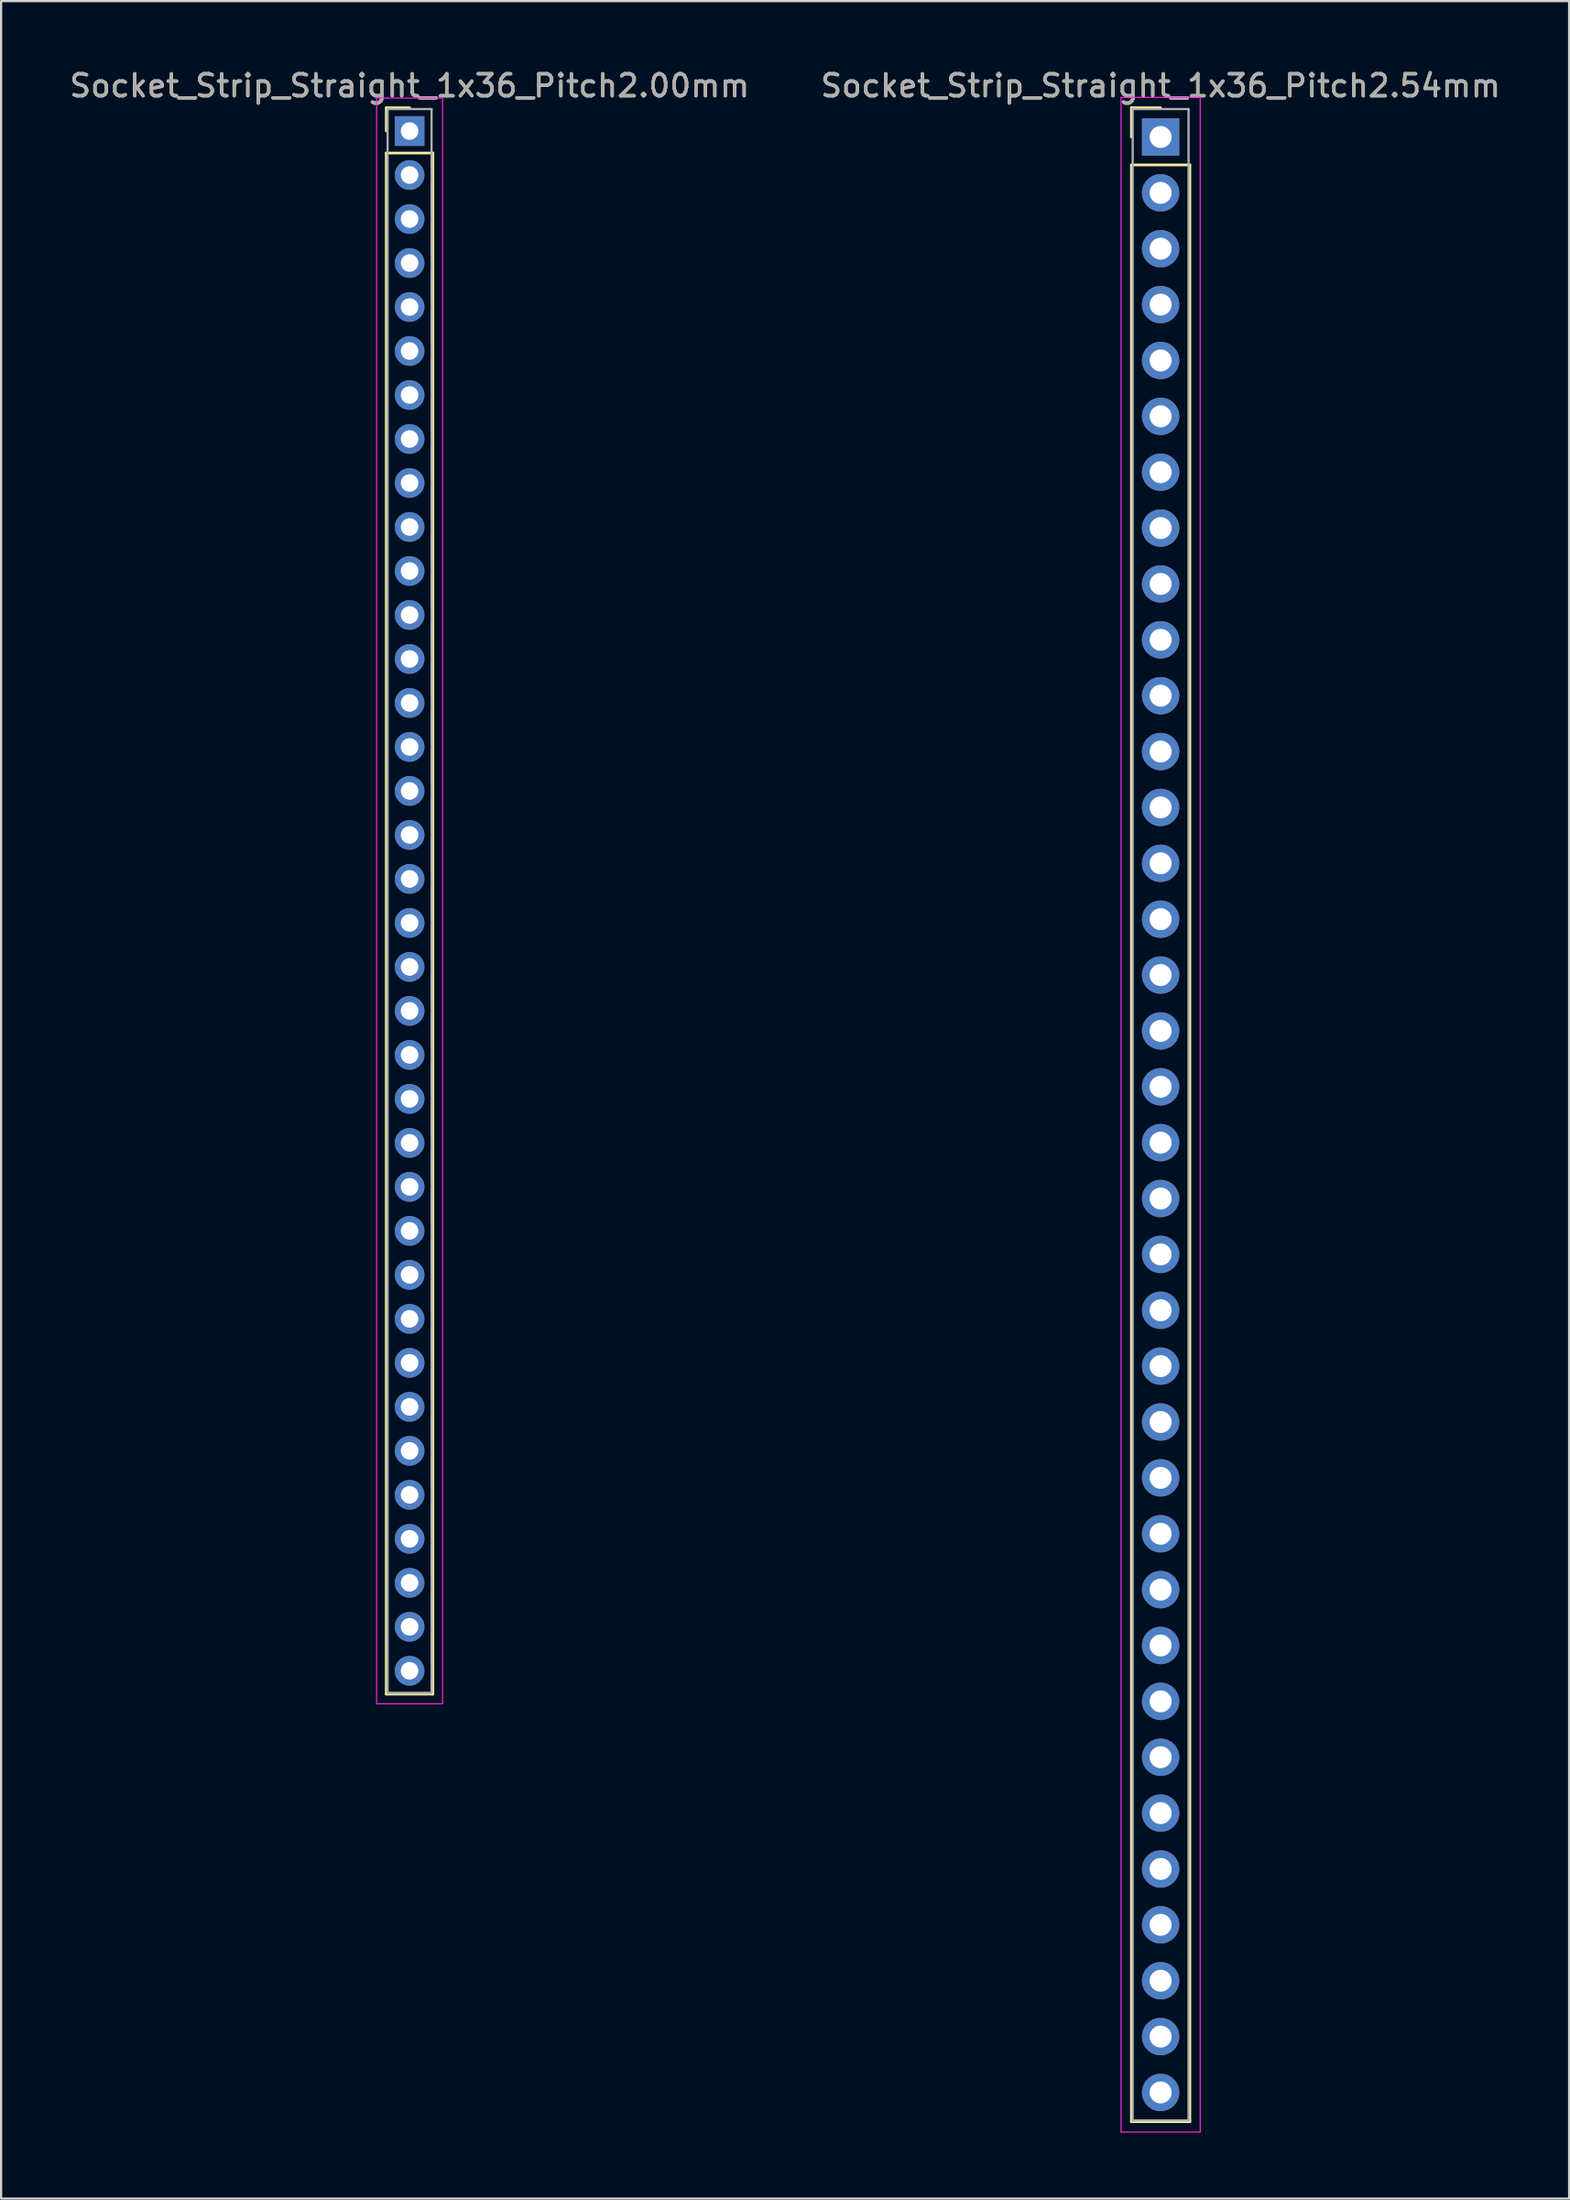
<source format=kicad_pcb>
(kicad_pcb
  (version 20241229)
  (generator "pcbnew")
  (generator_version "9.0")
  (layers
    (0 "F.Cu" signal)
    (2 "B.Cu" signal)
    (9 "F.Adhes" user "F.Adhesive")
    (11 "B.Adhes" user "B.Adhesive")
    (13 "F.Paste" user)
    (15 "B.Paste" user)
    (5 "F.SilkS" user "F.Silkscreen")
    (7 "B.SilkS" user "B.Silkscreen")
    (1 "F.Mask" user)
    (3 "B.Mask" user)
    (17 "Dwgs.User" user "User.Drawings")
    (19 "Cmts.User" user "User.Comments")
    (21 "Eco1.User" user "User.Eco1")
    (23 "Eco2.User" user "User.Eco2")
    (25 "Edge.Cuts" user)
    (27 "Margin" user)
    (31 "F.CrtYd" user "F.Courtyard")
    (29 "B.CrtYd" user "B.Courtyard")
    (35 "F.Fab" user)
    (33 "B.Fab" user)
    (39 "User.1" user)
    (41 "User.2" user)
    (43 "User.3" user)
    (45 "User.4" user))
  (footprint "Socket_Strip_Straight_1x36_Pitch2.54mm"
    (layer "F.Cu")
    (at 49.732 3.178)
    (property "Reference" "Socket_Strip_Straight_1x36_Pitch2.54mm" (at 0 -2.33 0) (layer "F.SilkS") (effects (font (size 1 1) (thickness 0.15))))
    (attr through_hole)
    (fp_line (start -1.33 -1.33) (end 0 -1.33) (stroke (width 0.12) (type solid)) (layer "F.SilkS"))
    (fp_line (start -1.33 0) (end -1.33 -1.33) (stroke (width 0.12) (type solid)) (layer "F.SilkS"))
    (fp_line (start -1.33 1.27) (end -1.33 90.23) (stroke (width 0.12) (type solid)) (layer "F.SilkS"))
    (fp_line (start -1.33 90.23) (end 1.33 90.23) (stroke (width 0.12) (type solid)) (layer "F.SilkS"))
    (fp_line (start 1.33 1.27) (end -1.33 1.27) (stroke (width 0.12) (type solid)) (layer "F.SilkS"))
    (fp_line (start 1.33 90.23) (end 1.33 1.27) (stroke (width 0.12) (type solid)) (layer "F.SilkS"))
    (fp_line (start -1.8 -1.8) (end -1.8 90.7) (stroke (width 0.05) (type solid)) (layer "F.CrtYd"))
    (fp_line (start -1.8 90.7) (end 1.8 90.7) (stroke (width 0.05) (type solid)) (layer "F.CrtYd"))
    (fp_line (start 1.8 -1.8) (end -1.8 -1.8) (stroke (width 0.05) (type solid)) (layer "F.CrtYd"))
    (fp_line (start 1.8 90.7) (end 1.8 -1.8) (stroke (width 0.05) (type solid)) (layer "F.CrtYd"))
    (fp_line (start -1.27 -1.27) (end -1.27 90.17) (stroke (width 0.1) (type solid)) (layer "F.Fab"))
    (fp_line (start -1.27 90.17) (end 1.27 90.17) (stroke (width 0.1) (type solid)) (layer "F.Fab"))
    (fp_line (start 1.27 -1.27) (end -1.27 -1.27) (stroke (width 0.1) (type solid)) (layer "F.Fab"))
    (fp_line (start 1.27 90.17) (end 1.27 -1.27) (stroke (width 0.1) (type solid)) (layer "F.Fab"))
    (fp_text user "${REFERENCE}" (at 0 -2.33 0) (layer "F.Fab") (effects (font (size 1 1) (thickness 0.15))))
    (pad "1" thru_hole rect (at 0 0) (size 1.7 1.7) (drill 1) (layers "*.Cu" "*.Mask"))
    (pad "2" thru_hole oval (at 0 2.54) (size 1.7 1.7) (drill 1) (layers "*.Cu" "*.Mask"))
    (pad "3" thru_hole oval (at 0 5.08) (size 1.7 1.7) (drill 1) (layers "*.Cu" "*.Mask"))
    (pad "4" thru_hole oval (at 0 7.62) (size 1.7 1.7) (drill 1) (layers "*.Cu" "*.Mask"))
    (pad "5" thru_hole oval (at 0 10.16) (size 1.7 1.7) (drill 1) (layers "*.Cu" "*.Mask"))
    (pad "6" thru_hole oval (at 0 12.7) (size 1.7 1.7) (drill 1) (layers "*.Cu" "*.Mask"))
    (pad "7" thru_hole oval (at 0 15.24) (size 1.7 1.7) (drill 1) (layers "*.Cu" "*.Mask"))
    (pad "8" thru_hole oval (at 0 17.78) (size 1.7 1.7) (drill 1) (layers "*.Cu" "*.Mask"))
    (pad "9" thru_hole oval (at 0 20.32) (size 1.7 1.7) (drill 1) (layers "*.Cu" "*.Mask"))
    (pad "10" thru_hole oval (at 0 22.86) (size 1.7 1.7) (drill 1) (layers "*.Cu" "*.Mask"))
    (pad "11" thru_hole oval (at 0 25.4) (size 1.7 1.7) (drill 1) (layers "*.Cu" "*.Mask"))
    (pad "12" thru_hole oval (at 0 27.94) (size 1.7 1.7) (drill 1) (layers "*.Cu" "*.Mask"))
    (pad "13" thru_hole oval (at 0 30.48) (size 1.7 1.7) (drill 1) (layers "*.Cu" "*.Mask"))
    (pad "14" thru_hole oval (at 0 33.02) (size 1.7 1.7) (drill 1) (layers "*.Cu" "*.Mask"))
    (pad "15" thru_hole oval (at 0 35.56) (size 1.7 1.7) (drill 1) (layers "*.Cu" "*.Mask"))
    (pad "16" thru_hole oval (at 0 38.1) (size 1.7 1.7) (drill 1) (layers "*.Cu" "*.Mask"))
    (pad "17" thru_hole oval (at 0 40.64) (size 1.7 1.7) (drill 1) (layers "*.Cu" "*.Mask"))
    (pad "18" thru_hole oval (at 0 43.18) (size 1.7 1.7) (drill 1) (layers "*.Cu" "*.Mask"))
    (pad "19" thru_hole oval (at 0 45.72) (size 1.7 1.7) (drill 1) (layers "*.Cu" "*.Mask"))
    (pad "20" thru_hole oval (at 0 48.26) (size 1.7 1.7) (drill 1) (layers "*.Cu" "*.Mask"))
    (pad "21" thru_hole oval (at 0 50.8) (size 1.7 1.7) (drill 1) (layers "*.Cu" "*.Mask"))
    (pad "22" thru_hole oval (at 0 53.34) (size 1.7 1.7) (drill 1) (layers "*.Cu" "*.Mask"))
    (pad "23" thru_hole oval (at 0 55.88) (size 1.7 1.7) (drill 1) (layers "*.Cu" "*.Mask"))
    (pad "24" thru_hole oval (at 0 58.42) (size 1.7 1.7) (drill 1) (layers "*.Cu" "*.Mask"))
    (pad "25" thru_hole oval (at 0 60.96) (size 1.7 1.7) (drill 1) (layers "*.Cu" "*.Mask"))
    (pad "26" thru_hole oval (at 0 63.5) (size 1.7 1.7) (drill 1) (layers "*.Cu" "*.Mask"))
    (pad "27" thru_hole oval (at 0 66.04) (size 1.7 1.7) (drill 1) (layers "*.Cu" "*.Mask"))
    (pad "28" thru_hole oval (at 0 68.58) (size 1.7 1.7) (drill 1) (layers "*.Cu" "*.Mask"))
    (pad "29" thru_hole oval (at 0 71.12) (size 1.7 1.7) (drill 1) (layers "*.Cu" "*.Mask"))
    (pad "30" thru_hole oval (at 0 73.66) (size 1.7 1.7) (drill 1) (layers "*.Cu" "*.Mask"))
    (pad "31" thru_hole oval (at 0 76.2) (size 1.7 1.7) (drill 1) (layers "*.Cu" "*.Mask"))
    (pad "32" thru_hole oval (at 0 78.74) (size 1.7 1.7) (drill 1) (layers "*.Cu" "*.Mask"))
    (pad "33" thru_hole oval (at 0 81.28) (size 1.7 1.7) (drill 1) (layers "*.Cu" "*.Mask"))
    (pad "34" thru_hole oval (at 0 83.82) (size 1.7 1.7) (drill 1) (layers "*.Cu" "*.Mask"))
    (pad "35" thru_hole oval (at 0 86.36) (size 1.7 1.7) (drill 1) (layers "*.Cu" "*.Mask"))
    (pad "36" thru_hole oval (at 0 88.9) (size 1.7 1.7) (drill 1) (layers "*.Cu" "*.Mask")))
  (footprint "Socket_Strip_Straight_1x36_Pitch2.00mm"
    (layer "F.Cu")
    (at 15.577 2.908)
    (property "Reference" "Socket_Strip_Straight_1x36_Pitch2.00mm" (at 0 -2.06 0) (layer "F.SilkS") (effects (font (size 1 1) (thickness 0.15))))
    (attr through_hole)
    (fp_line (start -1.06 -1.06) (end 0 -1.06) (stroke (width 0.12) (type solid)) (layer "F.SilkS"))
    (fp_line (start -1.06 0) (end -1.06 -1.06) (stroke (width 0.12) (type solid)) (layer "F.SilkS"))
    (fp_line (start -1.06 1) (end -1.06 71.06) (stroke (width 0.12) (type solid)) (layer "F.SilkS"))
    (fp_line (start -1.06 71.06) (end 1.06 71.06) (stroke (width 0.12) (type solid)) (layer "F.SilkS"))
    (fp_line (start 1.06 1) (end -1.06 1) (stroke (width 0.12) (type solid)) (layer "F.SilkS"))
    (fp_line (start 1.06 71.06) (end 1.06 1) (stroke (width 0.12) (type solid)) (layer "F.SilkS"))
    (fp_line (start -1.5 -1.5) (end -1.5 71.5) (stroke (width 0.05) (type solid)) (layer "F.CrtYd"))
    (fp_line (start -1.5 71.5) (end 1.5 71.5) (stroke (width 0.05) (type solid)) (layer "F.CrtYd"))
    (fp_line (start 1.5 -1.5) (end -1.5 -1.5) (stroke (width 0.05) (type solid)) (layer "F.CrtYd"))
    (fp_line (start 1.5 71.5) (end 1.5 -1.5) (stroke (width 0.05) (type solid)) (layer "F.CrtYd"))
    (fp_line (start -1 -1) (end -1 71) (stroke (width 0.1) (type solid)) (layer "F.Fab"))
    (fp_line (start -1 71) (end 1 71) (stroke (width 0.1) (type solid)) (layer "F.Fab"))
    (fp_line (start 1 -1) (end -1 -1) (stroke (width 0.1) (type solid)) (layer "F.Fab"))
    (fp_line (start 1 71) (end 1 -1) (stroke (width 0.1) (type solid)) (layer "F.Fab"))
    (fp_text user "${REFERENCE}" (at 0 -2.06 0) (layer "F.Fab") (effects (font (size 1 1) (thickness 0.15))))
    (pad "1" thru_hole rect (at 0 0) (size 1.35 1.35) (drill 0.8) (layers "*.Cu" "*.Mask"))
    (pad "2" thru_hole oval (at 0 2) (size 1.35 1.35) (drill 0.8) (layers "*.Cu" "*.Mask"))
    (pad "3" thru_hole oval (at 0 4) (size 1.35 1.35) (drill 0.8) (layers "*.Cu" "*.Mask"))
    (pad "4" thru_hole oval (at 0 6) (size 1.35 1.35) (drill 0.8) (layers "*.Cu" "*.Mask"))
    (pad "5" thru_hole oval (at 0 8) (size 1.35 1.35) (drill 0.8) (layers "*.Cu" "*.Mask"))
    (pad "6" thru_hole oval (at 0 10) (size 1.35 1.35) (drill 0.8) (layers "*.Cu" "*.Mask"))
    (pad "7" thru_hole oval (at 0 12) (size 1.35 1.35) (drill 0.8) (layers "*.Cu" "*.Mask"))
    (pad "8" thru_hole oval (at 0 14) (size 1.35 1.35) (drill 0.8) (layers "*.Cu" "*.Mask"))
    (pad "9" thru_hole oval (at 0 16) (size 1.35 1.35) (drill 0.8) (layers "*.Cu" "*.Mask"))
    (pad "10" thru_hole oval (at 0 18) (size 1.35 1.35) (drill 0.8) (layers "*.Cu" "*.Mask"))
    (pad "11" thru_hole oval (at 0 20) (size 1.35 1.35) (drill 0.8) (layers "*.Cu" "*.Mask"))
    (pad "12" thru_hole oval (at 0 22) (size 1.35 1.35) (drill 0.8) (layers "*.Cu" "*.Mask"))
    (pad "13" thru_hole oval (at 0 24) (size 1.35 1.35) (drill 0.8) (layers "*.Cu" "*.Mask"))
    (pad "14" thru_hole oval (at 0 26) (size 1.35 1.35) (drill 0.8) (layers "*.Cu" "*.Mask"))
    (pad "15" thru_hole oval (at 0 28) (size 1.35 1.35) (drill 0.8) (layers "*.Cu" "*.Mask"))
    (pad "16" thru_hole oval (at 0 30) (size 1.35 1.35) (drill 0.8) (layers "*.Cu" "*.Mask"))
    (pad "17" thru_hole oval (at 0 32) (size 1.35 1.35) (drill 0.8) (layers "*.Cu" "*.Mask"))
    (pad "18" thru_hole oval (at 0 34) (size 1.35 1.35) (drill 0.8) (layers "*.Cu" "*.Mask"))
    (pad "19" thru_hole oval (at 0 36) (size 1.35 1.35) (drill 0.8) (layers "*.Cu" "*.Mask"))
    (pad "20" thru_hole oval (at 0 38) (size 1.35 1.35) (drill 0.8) (layers "*.Cu" "*.Mask"))
    (pad "21" thru_hole oval (at 0 40) (size 1.35 1.35) (drill 0.8) (layers "*.Cu" "*.Mask"))
    (pad "22" thru_hole oval (at 0 42) (size 1.35 1.35) (drill 0.8) (layers "*.Cu" "*.Mask"))
    (pad "23" thru_hole oval (at 0 44) (size 1.35 1.35) (drill 0.8) (layers "*.Cu" "*.Mask"))
    (pad "24" thru_hole oval (at 0 46) (size 1.35 1.35) (drill 0.8) (layers "*.Cu" "*.Mask"))
    (pad "25" thru_hole oval (at 0 48) (size 1.35 1.35) (drill 0.8) (layers "*.Cu" "*.Mask"))
    (pad "26" thru_hole oval (at 0 50) (size 1.35 1.35) (drill 0.8) (layers "*.Cu" "*.Mask"))
    (pad "27" thru_hole oval (at 0 52) (size 1.35 1.35) (drill 0.8) (layers "*.Cu" "*.Mask"))
    (pad "28" thru_hole oval (at 0 54) (size 1.35 1.35) (drill 0.8) (layers "*.Cu" "*.Mask"))
    (pad "29" thru_hole oval (at 0 56) (size 1.35 1.35) (drill 0.8) (layers "*.Cu" "*.Mask"))
    (pad "30" thru_hole oval (at 0 58) (size 1.35 1.35) (drill 0.8) (layers "*.Cu" "*.Mask"))
    (pad "31" thru_hole oval (at 0 60) (size 1.35 1.35) (drill 0.8) (layers "*.Cu" "*.Mask"))
    (pad "32" thru_hole oval (at 0 62) (size 1.35 1.35) (drill 0.8) (layers "*.Cu" "*.Mask"))
    (pad "33" thru_hole oval (at 0 64) (size 1.35 1.35) (drill 0.8) (layers "*.Cu" "*.Mask"))
    (pad "34" thru_hole oval (at 0 66) (size 1.35 1.35) (drill 0.8) (layers "*.Cu" "*.Mask"))
    (pad "35" thru_hole oval (at 0 68) (size 1.35 1.35) (drill 0.8) (layers "*.Cu" "*.Mask"))
    (pad "36" thru_hole oval (at 0 70) (size 1.35 1.35) (drill 0.8) (layers "*.Cu" "*.Mask")))
  (gr_rect
    (start -3 -3)
    (end 68.31 96.903)
    (stroke (width 0.1) (type default))
    (fill no)
    (layer "Edge.Cuts")))
</source>
